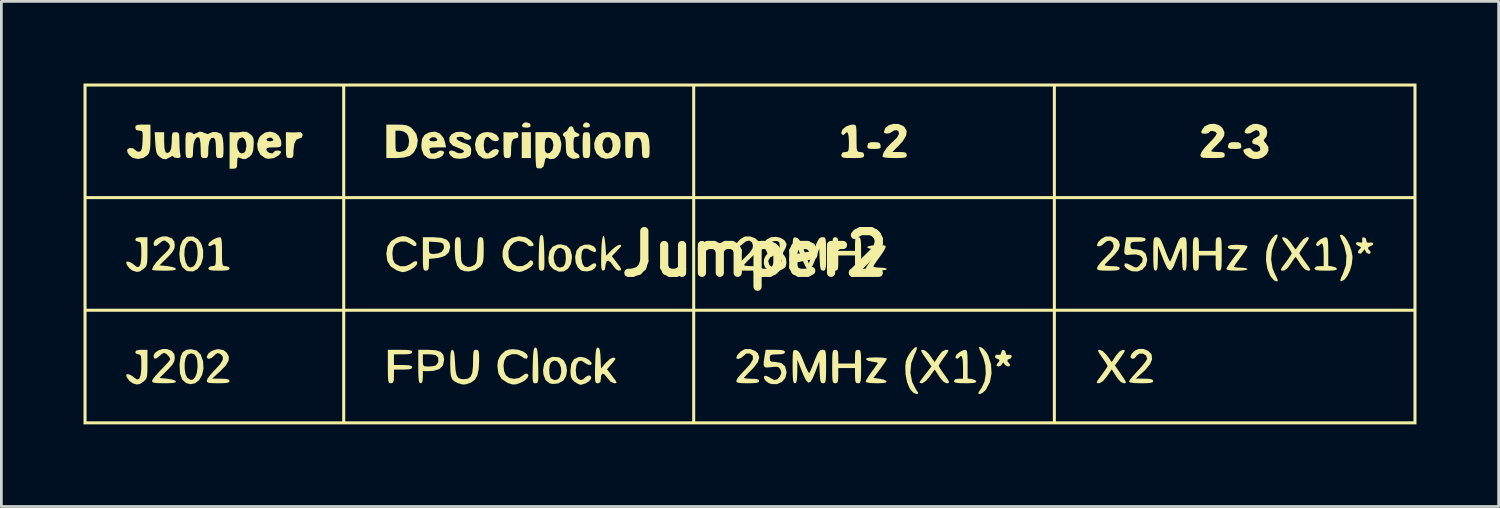
<source format=kicad_pcb>
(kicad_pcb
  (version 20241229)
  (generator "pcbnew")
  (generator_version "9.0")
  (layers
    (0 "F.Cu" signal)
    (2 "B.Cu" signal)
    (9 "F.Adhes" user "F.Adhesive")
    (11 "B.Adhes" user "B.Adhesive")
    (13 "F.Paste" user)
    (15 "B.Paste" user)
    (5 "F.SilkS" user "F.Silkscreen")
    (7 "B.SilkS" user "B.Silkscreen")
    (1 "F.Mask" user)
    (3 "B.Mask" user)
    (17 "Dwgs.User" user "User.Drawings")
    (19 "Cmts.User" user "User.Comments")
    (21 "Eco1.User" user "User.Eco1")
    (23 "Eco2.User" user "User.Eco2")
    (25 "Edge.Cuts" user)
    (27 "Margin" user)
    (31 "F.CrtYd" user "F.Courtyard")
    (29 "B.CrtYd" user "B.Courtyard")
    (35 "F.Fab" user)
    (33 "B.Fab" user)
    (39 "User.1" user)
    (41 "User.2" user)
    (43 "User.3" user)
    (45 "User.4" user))
  (footprint "Jumper2"
    (layer "F.Cu")
    (at 24.511 6.225)
    (property "Reference" "Jumper2" (at 0 0 0) (layer "F.SilkS") (effects (font (size 1.524 1.524) (thickness 0.3))))
    (attr board_only exclude_from_pos_files exclude_from_bom)
    (fp_poly (pts (xy -8.17 -3.502) (xy -8.504 -3.502) (xy -8.504 -4.446) (xy -8.17 -4.446)) (stroke (width 0) (type solid)) (fill yes) (layer "F.SilkS"))
    (fp_poly (pts (xy -8.217 -4.772) (xy -8.181 -4.71) (xy -8.192 -4.641) (xy -8.279 -4.615) (xy -8.337 -4.613) (xy -8.459 -4.627) (xy -8.496 -4.678) (xy -8.493 -4.71) (xy -8.427 -4.791) (xy -8.337 -4.808)) (stroke (width 0) (type solid)) (fill yes) (layer "F.SilkS"))
    (fp_poly (pts (xy -6.043 -4.765) (xy -6.013 -4.71) (xy -6.028 -4.637) (xy -6.126 -4.613) (xy -6.142 -4.613) (xy -6.249 -4.632) (xy -6.272 -4.7) (xy -6.27 -4.71) (xy -6.207 -4.79) (xy -6.142 -4.808)) (stroke (width 0) (type solid)) (fill yes) (layer "F.SilkS"))
    (fp_poly (pts (xy 4.51 -4.075) (xy 4.58 -4.034) (xy 4.603 -3.96) (xy 4.603 -3.884) (xy 4.558 -3.847) (xy 4.439 -3.836) (xy 4.363 -3.835) (xy 4.207 -3.84) (xy 4.134 -3.865) (xy 4.119 -3.923) (xy 4.123 -3.96) (xy 4.152 -4.042) (xy 4.23 -4.078) (xy 4.363 -4.085)) (stroke (width 0) (type solid)) (fill yes) (layer "F.SilkS"))
    (fp_poly (pts (xy 17.683 -4.075) (xy 17.752 -4.034) (xy 17.776 -3.96) (xy 17.776 -3.884) (xy 17.73 -3.847) (xy 17.611 -3.836) (xy 17.535 -3.835) (xy 17.379 -3.84) (xy 17.307 -3.865) (xy 17.291 -3.923) (xy 17.295 -3.96) (xy 17.324 -4.042) (xy 17.402 -4.078) (xy 17.535 -4.085)) (stroke (width 0) (type solid)) (fill yes) (layer "F.SilkS"))
    (fp_poly (pts (xy -6.074 -4.442) (xy -6.033 -4.414) (xy -6.012 -4.341) (xy -6.004 -4.201) (xy -6.003 -3.974) (xy -6.004 -3.745) (xy -6.012 -3.606) (xy -6.034 -3.533) (xy -6.075 -3.506) (xy -6.142 -3.502) (xy -6.209 -3.506) (xy -6.25 -3.534) (xy -6.271 -3.607) (xy -6.279 -3.747) (xy -6.281 -3.974) (xy -6.279 -4.203) (xy -6.271 -4.342) (xy -6.25 -4.415) (xy -6.208 -4.442) (xy -6.142 -4.446)) (stroke (width 0) (type solid)) (fill yes) (layer "F.SilkS"))
    (fp_poly (pts (xy -8.654 -4.425) (xy -8.626 -4.349) (xy -8.636 -4.251) (xy -8.716 -4.224) (xy -8.808 -4.198) (xy -8.863 -4.109) (xy -8.889 -3.94) (xy -8.893 -3.775) (xy -8.897 -3.612) (xy -8.921 -3.531) (xy -8.979 -3.504) (xy -9.032 -3.502) (xy -9.099 -3.506) (xy -9.14 -3.533) (xy -9.161 -3.606) (xy -9.169 -3.746) (xy -9.171 -3.976) (xy -9.171 -4.45) (xy -8.99 -4.44) (xy -8.838 -4.44) (xy -8.727 -4.453)) (stroke (width 0) (type solid)) (fill yes) (layer "F.SilkS"))
    (fp_poly (pts (xy -7.967 3.436) (xy -7.941 3.502) (xy -7.923 3.633) (xy -7.911 3.845) (xy -7.904 4.071) (xy -7.899 4.349) (xy -7.899 4.534) (xy -7.909 4.646) (xy -7.931 4.702) (xy -7.967 4.722) (xy -8.004 4.724) (xy -8.052 4.719) (xy -8.084 4.69) (xy -8.102 4.619) (xy -8.109 4.488) (xy -8.107 4.277) (xy -8.103 4.071) (xy -8.093 3.786) (xy -8.08 3.595) (xy -8.061 3.481) (xy -8.033 3.428) (xy -8.004 3.418)) (stroke (width 0) (type solid)) (fill yes) (layer "F.SilkS"))
    (fp_poly (pts (xy -7.744 -0.677) (xy -7.718 -0.611) (xy -7.701 -0.48) (xy -7.689 -0.268) (xy -7.682 -0.042) (xy -7.676 0.236) (xy -7.677 0.421) (xy -7.687 0.533) (xy -7.709 0.589) (xy -7.745 0.609) (xy -7.781 0.611) (xy -7.83 0.606) (xy -7.862 0.577) (xy -7.88 0.506) (xy -7.886 0.375) (xy -7.885 0.164) (xy -7.88 -0.042) (xy -7.871 -0.327) (xy -7.858 -0.518) (xy -7.839 -0.632) (xy -7.81 -0.685) (xy -7.781 -0.695)) (stroke (width 0) (type solid)) (fill yes) (layer "F.SilkS"))
    (fp_poly (pts (xy -16.938 -4.44) (xy -16.796 -4.438) (xy -16.703 -4.445) (xy -16.702 -4.445) (xy -16.569 -4.447) (xy -16.51 -4.369) (xy -16.507 -4.335) (xy -16.547 -4.242) (xy -16.616 -4.224) (xy -16.737 -4.174) (xy -16.812 -4.024) (xy -16.841 -3.78) (xy -16.841 -3.755) (xy -16.846 -3.6) (xy -16.874 -3.525) (xy -16.939 -3.503) (xy -16.98 -3.502) (xy -17.047 -3.506) (xy -17.088 -3.533) (xy -17.109 -3.606) (xy -17.117 -3.746) (xy -17.119 -3.976) (xy -17.119 -4.45)) (stroke (width 0) (type solid)) (fill yes) (layer "F.SilkS"))
    (fp_poly (pts (xy 21.548 -0.627) (xy 21.644 -0.49) (xy 21.732 -0.313) (xy 21.8 -0.119) (xy 21.837 0.071) (xy 21.84 0.139) (xy 21.813 0.378) (xy 21.746 0.609) (xy 21.65 0.807) (xy 21.538 0.946) (xy 21.423 1) (xy 21.419 1) (xy 21.391 0.966) (xy 21.426 0.856) (xy 21.483 0.742) (xy 21.601 0.408) (xy 21.619 0.052) (xy 21.538 -0.297) (xy 21.49 -0.406) (xy 21.421 -0.556) (xy 21.384 -0.661) (xy 21.384 -0.69) (xy 21.457 -0.701)) (stroke (width 0) (type solid)) (fill yes) (layer "F.SilkS"))
    (fp_poly (pts (xy 5.924 3.405) (xy 5.925 3.474) (xy 5.879 3.6) (xy 5.848 3.658) (xy 5.722 3.987) (xy 5.691 4.334) (xy 5.755 4.673) (xy 5.901 4.96) (xy 5.971 5.064) (xy 5.977 5.105) (xy 5.917 5.113) (xy 5.9 5.113) (xy 5.792 5.064) (xy 5.677 4.931) (xy 5.664 4.91) (xy 5.569 4.683) (xy 5.514 4.397) (xy 5.505 4.098) (xy 5.524 3.932) (xy 5.571 3.798) (xy 5.653 3.652) (xy 5.751 3.518) (xy 5.845 3.425) (xy 5.914 3.399)) (stroke (width 0) (type solid)) (fill yes) (layer "F.SilkS"))
    (fp_poly (pts (xy 8.362 3.473) (xy 8.465 3.592) (xy 8.532 3.706) (xy 8.636 4.03) (xy 8.655 4.367) (xy 8.593 4.686) (xy 8.451 4.957) (xy 8.444 4.967) (xy 8.347 5.06) (xy 8.249 5.113) (xy 8.182 5.112) (xy 8.17 5.083) (xy 8.2 5.023) (xy 8.274 4.913) (xy 8.294 4.886) (xy 8.398 4.664) (xy 8.444 4.384) (xy 8.431 4.082) (xy 8.358 3.795) (xy 8.315 3.699) (xy 8.241 3.545) (xy 8.199 3.436) (xy 8.195 3.402) (xy 8.264 3.402)) (stroke (width 0) (type solid)) (fill yes) (layer "F.SilkS"))
    (fp_poly (pts (xy 19.103 -0.702) (xy 19.099 -0.637) (xy 19.049 -0.512) (xy 19.005 -0.43) (xy 18.896 -0.134) (xy 18.867 0.198) (xy 18.92 0.526) (xy 18.995 0.71) (xy 19.077 0.872) (xy 19.111 0.959) (xy 19.099 0.994) (xy 19.046 1) (xy 19.041 1) (xy 18.965 0.957) (xy 18.87 0.847) (xy 18.833 0.792) (xy 18.728 0.538) (xy 18.679 0.236) (xy 18.69 -0.071) (xy 18.761 -0.338) (xy 18.776 -0.37) (xy 18.885 -0.552) (xy 18.99 -0.672) (xy 19.074 -0.714)) (stroke (width 0) (type solid)) (fill yes) (layer "F.SilkS"))
    (fp_poly (pts (xy -5.886 -0.284) (xy -5.815 -0.21) (xy -5.785 -0.107) (xy -5.835 -0.063) (xy -5.936 -0.1) (xy -6.111 -0.194) (xy -6.236 -0.189) (xy -6.308 -0.087) (xy -6.327 0.112) (xy -6.325 0.156) (xy -6.287 0.358) (xy -6.212 0.47) (xy -6.107 0.485) (xy -6.015 0.428) (xy -5.895 0.348) (xy -5.809 0.345) (xy -5.78 0.41) (xy -5.829 0.52) (xy -5.954 0.601) (xy -6.119 0.639) (xy -6.289 0.623) (xy -6.323 0.611) (xy -6.454 0.501) (xy -6.534 0.323) (xy -6.554 0.109) (xy -6.506 -0.108) (xy -6.495 -0.134) (xy -6.384 -0.264) (xy -6.221 -0.335) (xy -6.042 -0.343)) (stroke (width 0) (type solid)) (fill yes) (layer "F.SilkS"))
    (fp_poly (pts (xy -12.847 -4.718) (xy -12.701 -4.694) (xy -12.59 -4.642) (xy -12.514 -4.584) (xy -12.355 -4.386) (xy -12.3 -4.15) (xy -12.338 -3.919) (xy -12.437 -3.718) (xy -12.585 -3.588) (xy -12.801 -3.52) (xy -13.069 -3.502) (xy -13.45 -3.502) (xy -13.45 -4.113) (xy -13.117 -4.113) (xy -13.115 -3.91) (xy -13.104 -3.793) (xy -13.073 -3.74) (xy -13.014 -3.725) (xy -12.968 -3.724) (xy -12.815 -3.758) (xy -12.718 -3.816) (xy -12.641 -3.951) (xy -12.619 -4.133) (xy -12.654 -4.31) (xy -12.709 -4.4) (xy -12.832 -4.477) (xy -12.959 -4.502) (xy -13.117 -4.502) (xy -13.117 -4.113) (xy -13.45 -4.113) (xy -13.45 -4.724) (xy -13.066 -4.724)) (stroke (width 0) (type solid)) (fill yes) (layer "F.SilkS"))
    (fp_poly (pts (xy -9.578 -4.425) (xy -9.431 -4.352) (xy -9.347 -4.243) (xy -9.337 -4.188) (xy -9.379 -4.127) (xy -9.476 -4.117) (xy -9.584 -4.153) (xy -9.643 -4.205) (xy -9.735 -4.28) (xy -9.817 -4.256) (xy -9.874 -4.144) (xy -9.893 -3.974) (xy -9.871 -3.793) (xy -9.811 -3.687) (xy -9.729 -3.67) (xy -9.643 -3.743) (xy -9.553 -3.81) (xy -9.444 -3.833) (xy -9.359 -3.808) (xy -9.337 -3.76) (xy -9.387 -3.64) (xy -9.513 -3.543) (xy -9.68 -3.485) (xy -9.855 -3.48) (xy -9.932 -3.501) (xy -10.092 -3.621) (xy -10.187 -3.802) (xy -10.213 -4.012) (xy -10.162 -4.217) (xy -10.069 -4.351) (xy -9.929 -4.432) (xy -9.754 -4.454)) (stroke (width 0) (type solid)) (fill yes) (layer "F.SilkS"))
    (fp_poly (pts (xy 7.736 3.519) (xy 7.762 3.585) (xy 7.776 3.718) (xy 7.781 3.937) (xy 7.781 4.026) (xy 7.781 4.55) (xy 7.93 4.568) (xy 8.048 4.604) (xy 8.101 4.655) (xy 8.082 4.692) (xy 7.985 4.714) (xy 7.797 4.724) (xy 7.702 4.724) (xy 7.481 4.72) (xy 7.351 4.704) (xy 7.291 4.674) (xy 7.281 4.641) (xy 7.331 4.575) (xy 7.448 4.558) (xy 7.614 4.558) (xy 7.614 4.141) (xy 7.605 3.897) (xy 7.576 3.756) (xy 7.529 3.722) (xy 7.475 3.779) (xy 7.405 3.833) (xy 7.346 3.803) (xy 7.337 3.758) (xy 7.382 3.672) (xy 7.491 3.581) (xy 7.621 3.516) (xy 7.696 3.502)) (stroke (width 0) (type solid)) (fill yes) (layer "F.SilkS"))
    (fp_poly (pts (xy 20.909 -0.594) (xy 20.935 -0.528) (xy 20.948 -0.395) (xy 20.953 -0.176) (xy 20.954 -0.087) (xy 20.954 0.437) (xy 21.102 0.455) (xy 21.22 0.491) (xy 21.274 0.542) (xy 21.254 0.579) (xy 21.158 0.601) (xy 20.969 0.611) (xy 20.875 0.611) (xy 20.654 0.607) (xy 20.523 0.592) (xy 20.464 0.561) (xy 20.453 0.528) (xy 20.503 0.462) (xy 20.62 0.445) (xy 20.787 0.445) (xy 20.787 0.028) (xy 20.777 -0.216) (xy 20.749 -0.356) (xy 20.702 -0.39) (xy 20.648 -0.333) (xy 20.577 -0.28) (xy 20.519 -0.31) (xy 20.509 -0.355) (xy 20.555 -0.441) (xy 20.663 -0.531) (xy 20.793 -0.597) (xy 20.868 -0.611)) (stroke (width 0) (type solid)) (fill yes) (layer "F.SilkS"))
    (fp_poly (pts (xy -22.176 -0.087) (xy -22.178 0.159) (xy -22.187 0.32) (xy -22.21 0.421) (xy -22.252 0.489) (xy -22.32 0.549) (xy -22.323 0.552) (xy -22.456 0.64) (xy -22.571 0.656) (xy -22.715 0.611) (xy -22.828 0.53) (xy -22.922 0.409) (xy -22.954 0.309) (xy -22.915 0.275) (xy -22.823 0.294) (xy -22.716 0.355) (xy -22.678 0.388) (xy -22.563 0.475) (xy -22.48 0.468) (xy -22.428 0.363) (xy -22.402 0.156) (xy -22.399 -0.006) (xy -22.401 -0.226) (xy -22.412 -0.357) (xy -22.437 -0.422) (xy -22.482 -0.443) (xy -22.51 -0.445) (xy -22.6 -0.479) (xy -22.621 -0.528) (xy -22.584 -0.586) (xy -22.463 -0.61) (xy -22.399 -0.611) (xy -22.176 -0.611)) (stroke (width 0) (type solid)) (fill yes) (layer "F.SilkS"))
    (fp_poly (pts (xy -22.176 4.026) (xy -22.178 4.272) (xy -22.187 4.433) (xy -22.21 4.534) (xy -22.252 4.602) (xy -22.32 4.662) (xy -22.323 4.665) (xy -22.456 4.753) (xy -22.571 4.769) (xy -22.715 4.724) (xy -22.828 4.643) (xy -22.922 4.522) (xy -22.954 4.422) (xy -22.916 4.388) (xy -22.823 4.407) (xy -22.715 4.469) (xy -22.673 4.506) (xy -22.56 4.585) (xy -22.478 4.563) (xy -22.426 4.438) (xy -22.401 4.209) (xy -22.399 4.078) (xy -22.401 3.867) (xy -22.414 3.744) (xy -22.442 3.686) (xy -22.492 3.669) (xy -22.51 3.668) (xy -22.6 3.634) (xy -22.621 3.585) (xy -22.584 3.527) (xy -22.463 3.503) (xy -22.399 3.502) (xy -22.176 3.502)) (stroke (width 0) (type solid)) (fill yes) (layer "F.SilkS"))
    (fp_poly (pts (xy -12.722 3.505) (xy -12.585 3.52) (xy -12.52 3.548) (xy -12.505 3.585) (xy -12.531 3.633) (xy -12.622 3.659) (xy -12.799 3.668) (xy -12.839 3.668) (xy -13.172 3.668) (xy -13.172 4.057) (xy -12.839 4.057) (xy -12.645 4.064) (xy -12.541 4.086) (xy -12.506 4.131) (xy -12.505 4.141) (xy -12.531 4.189) (xy -12.622 4.215) (xy -12.799 4.224) (xy -12.839 4.224) (xy -13.172 4.224) (xy -13.172 4.474) (xy -13.18 4.63) (xy -13.21 4.704) (xy -13.276 4.724) (xy -13.284 4.724) (xy -13.332 4.717) (xy -13.364 4.683) (xy -13.383 4.603) (xy -13.392 4.458) (xy -13.395 4.228) (xy -13.395 4.113) (xy -13.395 3.502) (xy -12.95 3.502)) (stroke (width 0) (type solid)) (fill yes) (layer "F.SilkS"))
    (fp_poly (pts (xy -5.118 -4.406) (xy -4.971 -4.297) (xy -4.97 -4.296) (xy -4.901 -4.128) (xy -4.894 -3.923) (xy -4.945 -3.73) (xy -5.019 -3.623) (xy -5.216 -3.503) (xy -5.435 -3.473) (xy -5.623 -3.529) (xy -5.772 -3.665) (xy -5.849 -3.848) (xy -5.854 -3.978) (xy -5.558 -3.978) (xy -5.528 -3.806) (xy -5.454 -3.7) (xy -5.358 -3.671) (xy -5.261 -3.73) (xy -5.216 -3.803) (xy -5.183 -3.96) (xy -5.204 -4.119) (xy -5.27 -4.235) (xy -5.31 -4.26) (xy -5.426 -4.255) (xy -5.515 -4.163) (xy -5.557 -4.008) (xy -5.558 -3.978) (xy -5.854 -3.978) (xy -5.856 -4.046) (xy -5.797 -4.232) (xy -5.674 -4.375) (xy -5.548 -4.435) (xy -5.324 -4.455)) (stroke (width 0) (type solid)) (fill yes) (layer "F.SilkS"))
    (fp_poly (pts (xy -22.065 -4.23) (xy -22.07 -3.97) (xy -22.088 -3.795) (xy -22.123 -3.68) (xy -22.162 -3.619) (xy -22.32 -3.507) (xy -22.52 -3.467) (xy -22.714 -3.508) (xy -22.726 -3.514) (xy -22.845 -3.613) (xy -22.904 -3.707) (xy -22.918 -3.809) (xy -22.845 -3.862) (xy -22.831 -3.867) (xy -22.703 -3.863) (xy -22.643 -3.809) (xy -22.543 -3.74) (xy -22.472 -3.733) (xy -22.416 -3.762) (xy -22.382 -3.839) (xy -22.362 -3.987) (xy -22.354 -4.127) (xy -22.348 -4.326) (xy -22.355 -4.438) (xy -22.384 -4.488) (xy -22.443 -4.501) (xy -22.48 -4.502) (xy -22.59 -4.527) (xy -22.621 -4.613) (xy -22.606 -4.68) (xy -22.544 -4.713) (xy -22.407 -4.724) (xy -22.343 -4.724) (xy -22.065 -4.724)) (stroke (width 0) (type solid)) (fill yes) (layer "F.SilkS"))
    (fp_poly (pts (xy -7.161 3.774) (xy -7.108 3.79) (xy -6.97 3.891) (xy -6.883 4.059) (xy -6.852 4.259) (xy -6.883 4.457) (xy -6.979 4.618) (xy -6.992 4.631) (xy -7.17 4.729) (xy -7.375 4.751) (xy -7.486 4.725) (xy -7.634 4.609) (xy -7.712 4.41) (xy -7.726 4.24) (xy -7.723 4.226) (xy -7.501 4.226) (xy -7.491 4.397) (xy -7.453 4.525) (xy -7.437 4.546) (xy -7.31 4.609) (xy -7.183 4.58) (xy -7.116 4.506) (xy -7.062 4.336) (xy -7.068 4.169) (xy -7.119 4.025) (xy -7.205 3.926) (xy -7.311 3.893) (xy -7.427 3.948) (xy -7.437 3.957) (xy -7.483 4.063) (xy -7.501 4.226) (xy -7.723 4.226) (xy -7.684 4.001) (xy -7.566 3.837) (xy -7.388 3.758)) (stroke (width 0) (type solid)) (fill yes) (layer "F.SilkS"))
    (fp_poly (pts (xy -6.869 -0.301) (xy -6.735 -0.169) (xy -6.674 0.046) (xy -6.67 0.139) (xy -6.71 0.371) (xy -6.816 0.542) (xy -6.97 0.638) (xy -7.151 0.649) (xy -7.338 0.563) (xy -7.369 0.538) (xy -7.475 0.425) (xy -7.522 0.298) (xy -7.531 0.145) (xy -7.53 0.139) (xy -7.337 0.139) (xy -7.305 0.326) (xy -7.224 0.453) (xy -7.112 0.502) (xy -6.989 0.46) (xy -6.959 0.434) (xy -6.912 0.328) (xy -6.894 0.164) (xy -6.904 -0.006) (xy -6.942 -0.134) (xy -6.959 -0.156) (xy -7.082 -0.223) (xy -7.198 -0.195) (xy -7.289 -0.086) (xy -7.334 0.088) (xy -7.337 0.139) (xy -7.53 0.139) (xy -7.493 -0.099) (xy -7.38 -0.262) (xy -7.196 -0.342) (xy -7.076 -0.35)) (stroke (width 0) (type solid)) (fill yes) (layer "F.SilkS"))
    (fp_poly (pts (xy -21.565 -4.088) (xy -21.553 -3.851) (xy -21.514 -3.717) (xy -21.447 -3.683) (xy -21.368 -3.726) (xy -21.312 -3.839) (xy -21.288 -4.057) (xy -21.287 -4.12) (xy -21.284 -4.302) (xy -21.267 -4.4) (xy -21.226 -4.439) (xy -21.148 -4.446) (xy -21.072 -4.44) (xy -21.031 -4.402) (xy -21.013 -4.309) (xy -21.009 -4.134) (xy -21.008 -4.099) (xy -21.003 -3.893) (xy -20.989 -3.715) (xy -20.974 -3.627) (xy -20.966 -3.535) (xy -21.031 -3.504) (xy -21.086 -3.502) (xy -21.194 -3.521) (xy -21.232 -3.56) (xy -21.269 -3.577) (xy -21.355 -3.532) (xy -21.495 -3.458) (xy -21.613 -3.468) (xy -21.737 -3.55) (xy -21.808 -3.626) (xy -21.852 -3.729) (xy -21.877 -3.891) (xy -21.889 -4.051) (xy -21.911 -4.446) (xy -21.565 -4.446)) (stroke (width 0) (type solid)) (fill yes) (layer "F.SilkS"))
    (fp_poly (pts (xy 4.635 3.785) (xy 4.775 3.801) (xy 4.835 3.823) (xy 4.835 3.825) (xy 4.804 3.889) (xy 4.722 4.015) (xy 4.605 4.178) (xy 4.589 4.2) (xy 4.342 4.53) (xy 4.57 4.558) (xy 4.718 4.59) (xy 4.811 4.638) (xy 4.822 4.655) (xy 4.802 4.693) (xy 4.703 4.716) (xy 4.51 4.724) (xy 4.451 4.724) (xy 4.213 4.715) (xy 4.083 4.689) (xy 4.057 4.66) (xy 4.089 4.585) (xy 4.171 4.453) (xy 4.28 4.301) (xy 4.392 4.148) (xy 4.472 4.032) (xy 4.502 3.98) (xy 4.453 3.958) (xy 4.332 3.939) (xy 4.298 3.936) (xy 4.158 3.907) (xy 4.076 3.859) (xy 4.071 3.849) (xy 4.09 3.81) (xy 4.19 3.788) (xy 4.383 3.78) (xy 4.442 3.779)) (stroke (width 0) (type solid)) (fill yes) (layer "F.SilkS"))
    (fp_poly (pts (xy 9.156 3.547) (xy 9.171 3.607) (xy 9.198 3.685) (xy 9.282 3.684) (xy 9.373 3.688) (xy 9.393 3.745) (xy 9.351 3.823) (xy 9.31 3.835) (xy 9.235 3.869) (xy 9.243 3.939) (xy 9.282 3.974) (xy 9.335 4.045) (xy 9.303 4.103) (xy 9.257 4.113) (xy 9.164 4.07) (xy 9.126 4.023) (xy 9.082 3.962) (xy 9.05 4.002) (xy 9.042 4.023) (xy 8.982 4.09) (xy 8.899 4.113) (xy 8.842 4.084) (xy 8.837 4.061) (xy 8.878 3.985) (xy 8.893 3.974) (xy 8.946 3.903) (xy 8.912 3.845) (xy 8.865 3.835) (xy 8.793 3.79) (xy 8.782 3.745) (xy 8.816 3.68) (xy 8.893 3.684) (xy 8.982 3.682) (xy 9.004 3.607) (xy 9.04 3.52) (xy 9.087 3.502)) (stroke (width 0) (type solid)) (fill yes) (layer "F.SilkS"))
    (fp_poly (pts (xy 22.328 -0.565) (xy 22.343 -0.496) (xy 22.366 -0.413) (xy 22.45 -0.415) (xy 22.553 -0.417) (xy 22.594 -0.388) (xy 22.581 -0.327) (xy 22.515 -0.295) (xy 22.414 -0.243) (xy 22.413 -0.175) (xy 22.454 -0.139) (xy 22.508 -0.068) (xy 22.477 -0.01) (xy 22.432 0) (xy 22.35 -0.045) (xy 22.318 -0.097) (xy 22.283 -0.165) (xy 22.247 -0.134) (xy 22.225 -0.097) (xy 22.144 -0.01) (xy 22.064 -0.021) (xy 22.041 -0.049) (xy 22.053 -0.119) (xy 22.098 -0.171) (xy 22.153 -0.231) (xy 22.112 -0.27) (xy 22.07 -0.287) (xy 21.972 -0.349) (xy 21.96 -0.408) (xy 22.031 -0.432) (xy 22.088 -0.423) (xy 22.183 -0.412) (xy 22.201 -0.462) (xy 22.192 -0.5) (xy 22.196 -0.591) (xy 22.253 -0.611)) (stroke (width 0) (type solid)) (fill yes) (layer "F.SilkS"))
    (fp_poly (pts (xy -20.336 -0.544) (xy -20.211 -0.376) (xy -20.142 -0.151) (xy -20.142 0.117) (xy -20.144 0.134) (xy -20.218 0.381) (xy -20.344 0.553) (xy -20.51 0.64) (xy -20.699 0.63) (xy -20.767 0.603) (xy -20.907 0.475) (xy -20.987 0.258) (xy -21.005 0.047) (xy -20.827 0.047) (xy -20.825 0.068) (xy -20.783 0.296) (xy -20.708 0.442) (xy -20.61 0.498) (xy -20.499 0.456) (xy -20.429 0.377) (xy -20.369 0.229) (xy -20.343 0.031) (xy -20.35 -0.174) (xy -20.389 -0.343) (xy -20.432 -0.416) (xy -20.556 -0.487) (xy -20.669 -0.462) (xy -20.76 -0.355) (xy -20.816 -0.18) (xy -20.827 0.047) (xy -21.005 0.047) (xy -21.009 -0.005) (xy -20.979 -0.284) (xy -20.892 -0.492) (xy -20.757 -0.615) (xy -20.703 -0.634) (xy -20.504 -0.635)) (stroke (width 0) (type solid)) (fill yes) (layer "F.SilkS"))
    (fp_poly (pts (xy -5.482 -0.586) (xy -5.456 -0.406) (xy -5.447 -0.303) (xy -5.419 0.063) (xy -5.227 -0.135) (xy -5.093 -0.252) (xy -4.97 -0.323) (xy -4.924 -0.333) (xy -4.87 -0.323) (xy -4.877 -0.28) (xy -4.955 -0.186) (xy -5.014 -0.125) (xy -5.214 0.083) (xy -5.02 0.333) (xy -4.914 0.476) (xy -4.874 0.556) (xy -4.892 0.593) (xy -4.924 0.604) (xy -4.987 0.604) (xy -5.051 0.566) (xy -5.136 0.471) (xy -5.252 0.314) (xy -5.338 0.244) (xy -5.407 0.274) (xy -5.444 0.394) (xy -5.447 0.448) (xy -5.472 0.578) (xy -5.532 0.611) (xy -5.569 0.597) (xy -5.592 0.541) (xy -5.604 0.425) (xy -5.606 0.233) (xy -5.601 -0.028) (xy -5.588 -0.318) (xy -5.567 -0.524) (xy -5.54 -0.64) (xy -5.511 -0.663)) (stroke (width 0) (type solid)) (fill yes) (layer "F.SilkS"))
    (fp_poly (pts (xy -4 -4.429) (xy -3.905 -4.342) (xy -3.853 -4.175) (xy -3.835 -3.916) (xy -3.835 -3.88) (xy -3.837 -3.68) (xy -3.85 -3.567) (xy -3.882 -3.516) (xy -3.942 -3.502) (xy -3.974 -3.502) (xy -4.052 -3.509) (xy -4.093 -3.549) (xy -4.11 -3.648) (xy -4.113 -3.824) (xy -4.129 -4.066) (xy -4.179 -4.205) (xy -4.265 -4.246) (xy -4.344 -4.22) (xy -4.404 -4.164) (xy -4.436 -4.06) (xy -4.446 -3.88) (xy -4.446 -3.833) (xy -4.449 -3.649) (xy -4.466 -3.55) (xy -4.506 -3.509) (xy -4.582 -3.502) (xy -4.585 -3.502) (xy -4.653 -3.506) (xy -4.694 -3.533) (xy -4.715 -3.606) (xy -4.723 -3.746) (xy -4.724 -3.975) (xy -4.724 -4.449) (xy -4.516 -4.448) (xy -4.325 -4.449) (xy -4.15 -4.452) (xy -4.144 -4.452)) (stroke (width 0) (type solid)) (fill yes) (layer "F.SilkS"))
    (fp_poly (pts (xy 17.852 -0.325) (xy 17.977 -0.301) (xy 18.008 -0.274) (xy 17.976 -0.203) (xy 17.892 -0.073) (xy 17.773 0.091) (xy 17.758 0.111) (xy 17.637 0.273) (xy 17.548 0.399) (xy 17.508 0.465) (xy 17.508 0.468) (xy 17.557 0.487) (xy 17.683 0.499) (xy 17.758 0.5) (xy 17.907 0.511) (xy 17.996 0.539) (xy 18.008 0.556) (xy 17.956 0.584) (xy 17.819 0.604) (xy 17.619 0.611) (xy 17.619 0.611) (xy 17.401 0.603) (xy 17.267 0.58) (xy 17.23 0.552) (xy 17.262 0.481) (xy 17.346 0.351) (xy 17.465 0.186) (xy 17.483 0.163) (xy 17.736 -0.167) (xy 17.511 -0.167) (xy 17.355 -0.18) (xy 17.29 -0.225) (xy 17.285 -0.25) (xy 17.309 -0.297) (xy 17.396 -0.323) (xy 17.565 -0.333) (xy 17.647 -0.333)) (stroke (width 0) (type solid)) (fill yes) (layer "F.SilkS"))
    (fp_poly (pts (xy -20.381 3.527) (xy -20.235 3.669) (xy -20.147 3.904) (xy -20.143 3.922) (xy -20.128 4.19) (xy -20.18 4.424) (xy -20.286 4.607) (xy -20.434 4.724) (xy -20.611 4.759) (xy -20.769 4.715) (xy -20.908 4.585) (xy -20.986 4.366) (xy -21.002 4.06) (xy -20.998 4) (xy -20.998 3.996) (xy -20.816 3.996) (xy -20.816 4.201) (xy -20.786 4.387) (xy -20.727 4.515) (xy -20.706 4.535) (xy -20.59 4.603) (xy -20.509 4.585) (xy -20.429 4.49) (xy -20.37 4.337) (xy -20.344 4.124) (xy -20.356 3.898) (xy -20.377 3.795) (xy -20.454 3.674) (xy -20.577 3.63) (xy -20.704 3.675) (xy -20.723 3.691) (xy -20.785 3.813) (xy -20.816 3.996) (xy -20.998 3.996) (xy -20.961 3.747) (xy -20.885 3.585) (xy -20.758 3.502) (xy -20.586 3.479)) (stroke (width 0) (type solid)) (fill yes) (layer "F.SilkS"))
    (fp_poly (pts (xy -11.44 -0.589) (xy -11.248 -0.521) (xy -11.143 -0.4) (xy -11.116 -0.256) (xy -11.164 -0.065) (xy -11.306 0.07) (xy -11.537 0.144) (xy -11.606 0.153) (xy -11.894 0.181) (xy -11.894 0.396) (xy -11.904 0.539) (xy -11.944 0.6) (xy -12.005 0.611) (xy -12.054 0.604) (xy -12.086 0.57) (xy -12.105 0.49) (xy -12.114 0.345) (xy -12.116 0.115) (xy -12.116 0) (xy -12.116 -0.451) (xy -11.894 -0.451) (xy -11.894 -0.225) (xy -11.888 -0.082) (xy -11.853 -0.017) (xy -11.763 -0.001) (xy -11.71 0) (xy -11.55 -0.022) (xy -11.427 -0.073) (xy -11.351 -0.191) (xy -11.347 -0.281) (xy -11.372 -0.365) (xy -11.439 -0.409) (xy -11.577 -0.43) (xy -11.63 -0.434) (xy -11.894 -0.451) (xy -12.116 -0.451) (xy -12.116 -0.611) (xy -11.727 -0.611)) (stroke (width 0) (type solid)) (fill yes) (layer "F.SilkS"))
    (fp_poly (pts (xy -6.193 3.791) (xy -6.056 3.866) (xy -5.964 3.959) (xy -5.947 4.01) (xy -5.988 4.054) (xy -6.08 4.046) (xy -6.183 3.994) (xy -6.205 3.974) (xy -6.328 3.898) (xy -6.431 3.923) (xy -6.502 4.04) (xy -6.531 4.239) (xy -6.531 4.252) (xy -6.51 4.451) (xy -6.45 4.557) (xy -6.447 4.559) (xy -6.345 4.606) (xy -6.263 4.581) (xy -6.184 4.505) (xy -6.083 4.44) (xy -5.999 4.448) (xy -5.965 4.518) (xy -5.976 4.568) (xy -6.054 4.656) (xy -6.19 4.736) (xy -6.333 4.778) (xy -6.359 4.78) (xy -6.451 4.748) (xy -6.572 4.67) (xy -6.579 4.665) (xy -6.668 4.577) (xy -6.711 4.471) (xy -6.725 4.305) (xy -6.725 4.256) (xy -6.694 4.007) (xy -6.599 3.846) (xy -6.436 3.769) (xy -6.336 3.761)) (stroke (width 0) (type solid)) (fill yes) (layer "F.SilkS"))
    (fp_poly (pts (xy -11.637 3.519) (xy -11.465 3.576) (xy -11.37 3.683) (xy -11.339 3.848) (xy -11.339 3.867) (xy -11.381 4.068) (xy -11.508 4.201) (xy -11.722 4.269) (xy -11.89 4.28) (xy -12.116 4.28) (xy -12.116 4.502) (xy -12.13 4.657) (xy -12.176 4.72) (xy -12.2 4.724) (xy -12.237 4.707) (xy -12.262 4.643) (xy -12.276 4.514) (xy -12.282 4.304) (xy -12.283 4.113) (xy -12.283 3.891) (xy -12.116 3.891) (xy -12.111 4.033) (xy -12.074 4.096) (xy -11.976 4.112) (xy -11.908 4.112) (xy -11.755 4.101) (xy -11.648 4.076) (xy -11.638 4.07) (xy -11.554 3.955) (xy -11.554 3.806) (xy -11.57 3.766) (xy -11.645 3.698) (xy -11.794 3.67) (xy -11.868 3.668) (xy -12.116 3.668) (xy -12.116 3.891) (xy -12.283 3.891) (xy -12.283 3.502) (xy -11.903 3.502)) (stroke (width 0) (type solid)) (fill yes) (layer "F.SilkS"))
    (fp_poly (pts (xy -8.626 3.501) (xy -8.447 3.566) (xy -8.322 3.659) (xy -8.281 3.753) (xy -8.316 3.825) (xy -8.405 3.817) (xy -8.514 3.742) (xy -8.674 3.664) (xy -8.865 3.661) (xy -9.037 3.733) (xy -9.059 3.751) (xy -9.14 3.889) (xy -9.171 4.082) (xy -9.149 4.283) (xy -9.084 4.434) (xy -8.958 4.529) (xy -8.783 4.561) (xy -8.605 4.532) (xy -8.479 4.45) (xy -8.38 4.379) (xy -8.305 4.372) (xy -8.258 4.431) (xy -8.292 4.521) (xy -8.391 4.62) (xy -8.534 4.701) (xy -8.704 4.762) (xy -8.835 4.769) (xy -8.985 4.723) (xy -9.038 4.7) (xy -9.24 4.566) (xy -9.356 4.37) (xy -9.393 4.102) (xy -9.393 4.101) (xy -9.376 3.904) (xy -9.311 3.755) (xy -9.236 3.661) (xy -9.107 3.542) (xy -8.968 3.49) (xy -8.83 3.479)) (stroke (width 0) (type solid)) (fill yes) (layer "F.SilkS"))
    (fp_poly (pts (xy -6.623 -4.613) (xy -6.614 -4.564) (xy -6.567 -4.466) (xy -6.503 -4.43) (xy -6.413 -4.381) (xy -6.392 -4.34) (xy -6.438 -4.291) (xy -6.503 -4.28) (xy -6.569 -4.265) (xy -6.602 -4.204) (xy -6.613 -4.069) (xy -6.614 -3.997) (xy -6.607 -3.823) (xy -6.578 -3.73) (xy -6.517 -3.688) (xy -6.503 -3.684) (xy -6.424 -3.634) (xy -6.39 -3.561) (xy -6.413 -3.508) (xy -6.443 -3.502) (xy -6.538 -3.483) (xy -6.568 -3.473) (xy -6.665 -3.481) (xy -6.767 -3.532) (xy -6.839 -3.6) (xy -6.877 -3.697) (xy -6.891 -3.857) (xy -6.892 -3.949) (xy -6.9 -4.126) (xy -6.923 -4.245) (xy -6.947 -4.28) (xy -6.997 -4.325) (xy -7.003 -4.363) (xy -6.962 -4.437) (xy -6.926 -4.446) (xy -6.852 -4.493) (xy -6.82 -4.558) (xy -6.763 -4.646) (xy -6.682 -4.665)) (stroke (width 0) (type solid)) (fill yes) (layer "F.SilkS"))
    (fp_poly (pts (xy 4.738 -0.312) (xy 4.789 -0.291) (xy 4.781 -0.227) (xy 4.715 -0.1) (xy 4.603 0.066) (xy 4.587 0.087) (xy 4.467 0.252) (xy 4.378 0.383) (xy 4.337 0.455) (xy 4.337 0.459) (xy 4.385 0.483) (xy 4.511 0.498) (xy 4.585 0.5) (xy 4.734 0.511) (xy 4.824 0.539) (xy 4.835 0.556) (xy 4.784 0.584) (xy 4.646 0.604) (xy 4.447 0.611) (xy 4.446 0.611) (xy 4.211 0.602) (xy 4.082 0.575) (xy 4.057 0.547) (xy 4.089 0.472) (xy 4.171 0.34) (xy 4.28 0.188) (xy 4.392 0.035) (xy 4.472 -0.081) (xy 4.502 -0.133) (xy 4.453 -0.155) (xy 4.333 -0.175) (xy 4.306 -0.177) (xy 4.177 -0.203) (xy 4.113 -0.242) (xy 4.111 -0.25) (xy 4.161 -0.283) (xy 4.285 -0.308) (xy 4.447 -0.323) (xy 4.61 -0.325)) (stroke (width 0) (type solid)) (fill yes) (layer "F.SilkS"))
    (fp_poly (pts (xy 5.253 -4.746) (xy 5.421 -4.677) (xy 5.475 -4.632) (xy 5.556 -4.489) (xy 5.535 -4.318) (xy 5.41 -4.116) (xy 5.296 -3.99) (xy 5.034 -3.724) (xy 5.296 -3.724) (xy 5.457 -3.717) (xy 5.535 -3.69) (xy 5.558 -3.629) (xy 5.558 -3.613) (xy 5.549 -3.557) (xy 5.506 -3.524) (xy 5.407 -3.508) (xy 5.231 -3.502) (xy 5.113 -3.502) (xy 4.879 -3.508) (xy 4.726 -3.528) (xy 4.669 -3.558) (xy 4.669 -3.56) (xy 4.712 -3.704) (xy 4.829 -3.879) (xy 4.997 -4.055) (xy 5.052 -4.102) (xy 5.205 -4.252) (xy 5.274 -4.384) (xy 5.255 -4.483) (xy 5.198 -4.521) (xy 5.096 -4.512) (xy 5.036 -4.472) (xy 4.933 -4.41) (xy 4.82 -4.393) (xy 4.74 -4.422) (xy 4.725 -4.46) (xy 4.775 -4.601) (xy 4.9 -4.701) (xy 5.069 -4.751)) (stroke (width 0) (type solid)) (fill yes) (layer "F.SilkS"))
    (fp_poly (pts (xy -21.464 -0.64) (xy -21.462 -0.639) (xy -21.285 -0.569) (xy -21.197 -0.458) (xy -21.176 -0.311) (xy -21.196 -0.191) (xy -21.266 -0.067) (xy -21.405 0.089) (xy -21.457 0.141) (xy -21.737 0.417) (xy -21.447 0.445) (xy -21.278 0.473) (xy -21.163 0.514) (xy -21.134 0.542) (xy -21.153 0.578) (xy -21.247 0.6) (xy -21.431 0.61) (xy -21.56 0.611) (xy -21.768 0.608) (xy -21.925 0.598) (xy -22.005 0.585) (xy -22.01 0.58) (xy -21.967 0.462) (xy -21.848 0.297) (xy -21.665 0.101) (xy -21.613 0.052) (xy -21.452 -0.107) (xy -21.369 -0.218) (xy -21.355 -0.303) (xy -21.402 -0.384) (xy -21.43 -0.413) (xy -21.533 -0.489) (xy -21.628 -0.476) (xy -21.732 -0.389) (xy -21.853 -0.294) (xy -21.929 -0.296) (xy -21.954 -0.388) (xy -21.905 -0.496) (xy -21.782 -0.586) (xy -21.622 -0.641)) (stroke (width 0) (type solid)) (fill yes) (layer "F.SilkS"))
    (fp_poly (pts (xy -8.359 -0.608) (xy -8.18 -0.497) (xy -8.079 -0.378) (xy -8.075 -0.304) (xy -8.169 -0.278) (xy -8.17 -0.278) (xy -8.261 -0.298) (xy -8.281 -0.327) (xy -8.327 -0.38) (xy -8.438 -0.44) (xy -8.444 -0.443) (xy -8.635 -0.473) (xy -8.8 -0.413) (xy -8.924 -0.282) (xy -8.991 -0.102) (xy -8.985 0.108) (xy -8.952 0.214) (xy -8.836 0.369) (xy -8.669 0.447) (xy -8.484 0.446) (xy -8.314 0.36) (xy -8.248 0.29) (xy -8.178 0.228) (xy -8.11 0.262) (xy -8.081 0.352) (xy -8.149 0.456) (xy -8.303 0.558) (xy -8.377 0.592) (xy -8.503 0.642) (xy -8.594 0.657) (xy -8.701 0.639) (xy -8.823 0.605) (xy -9.013 0.499) (xy -9.139 0.328) (xy -9.203 0.116) (xy -9.202 -0.11) (xy -9.136 -0.323) (xy -9.004 -0.498) (xy -8.858 -0.59) (xy -8.601 -0.647)) (stroke (width 0) (type solid)) (fill yes) (layer "F.SilkS"))
    (fp_poly (pts (xy -5.677 3.445) (xy -5.647 3.537) (xy -5.629 3.714) (xy -5.625 3.799) (xy -5.608 4.181) (xy -5.429 3.974) (xy -5.277 3.83) (xy -5.156 3.785) (xy -5.143 3.787) (xy -5.087 3.808) (xy -5.09 3.853) (xy -5.159 3.945) (xy -5.213 4.009) (xy -5.39 4.21) (xy -5.194 4.467) (xy -5.086 4.611) (xy -5.042 4.687) (xy -5.055 4.718) (xy -5.12 4.724) (xy -5.125 4.724) (xy -5.26 4.668) (xy -5.379 4.527) (xy -5.485 4.398) (xy -5.562 4.374) (xy -5.605 4.454) (xy -5.614 4.561) (xy -5.632 4.681) (xy -5.699 4.723) (xy -5.726 4.724) (xy -5.774 4.719) (xy -5.806 4.689) (xy -5.823 4.616) (xy -5.83 4.483) (xy -5.828 4.269) (xy -5.824 4.071) (xy -5.815 3.786) (xy -5.802 3.595) (xy -5.782 3.481) (xy -5.754 3.428) (xy -5.725 3.418)) (stroke (width 0) (type solid)) (fill yes) (layer "F.SilkS"))
    (fp_poly (pts (xy -19.5 -0.596) (xy -19.473 -0.536) (xy -19.459 -0.412) (xy -19.453 -0.205) (xy -19.453 -0.083) (xy -19.452 0.161) (xy -19.445 0.316) (xy -19.428 0.4) (xy -19.394 0.436) (xy -19.338 0.445) (xy -19.314 0.445) (xy -19.202 0.474) (xy -19.175 0.528) (xy -19.198 0.573) (xy -19.28 0.599) (xy -19.442 0.61) (xy -19.564 0.611) (xy -19.775 0.606) (xy -19.896 0.589) (xy -19.948 0.554) (xy -19.953 0.528) (xy -19.905 0.461) (xy -19.814 0.445) (xy -19.744 0.439) (xy -19.702 0.408) (xy -19.682 0.328) (xy -19.676 0.175) (xy -19.675 0.026) (xy -19.677 -0.185) (xy -19.686 -0.305) (xy -19.709 -0.354) (xy -19.751 -0.351) (xy -19.783 -0.335) (xy -19.897 -0.284) (xy -19.946 -0.299) (xy -19.953 -0.349) (xy -19.907 -0.425) (xy -19.797 -0.511) (xy -19.662 -0.582) (xy -19.542 -0.611) (xy -19.542 -0.611)) (stroke (width 0) (type solid)) (fill yes) (layer "F.SilkS"))
    (fp_poly (pts (xy 14.371 3.537) (xy 14.487 3.652) (xy 14.501 3.681) (xy 14.519 3.848) (xy 14.446 4.027) (xy 14.277 4.23) (xy 14.183 4.319) (xy 13.923 4.553) (xy 14.242 4.555) (xy 14.432 4.564) (xy 14.531 4.589) (xy 14.562 4.637) (xy 14.562 4.641) (xy 14.541 4.684) (xy 14.465 4.709) (xy 14.314 4.722) (xy 14.117 4.724) (xy 13.874 4.717) (xy 13.722 4.696) (xy 13.673 4.664) (xy 13.709 4.599) (xy 13.806 4.477) (xy 13.945 4.321) (xy 14.006 4.256) (xy 14.157 4.089) (xy 14.273 3.944) (xy 14.334 3.844) (xy 14.34 3.823) (xy 14.296 3.707) (xy 14.191 3.644) (xy 14.065 3.64) (xy 13.96 3.702) (xy 13.93 3.754) (xy 13.866 3.821) (xy 13.783 3.829) (xy 13.731 3.776) (xy 13.728 3.756) (xy 13.776 3.637) (xy 13.896 3.528) (xy 14.026 3.471) (xy 14.202 3.47)) (stroke (width 0) (type solid)) (fill yes) (layer "F.SilkS"))
    (fp_poly (pts (xy -21.464 3.473) (xy -21.462 3.474) (xy -21.285 3.544) (xy -21.197 3.655) (xy -21.176 3.802) (xy -21.196 3.922) (xy -21.266 4.046) (xy -21.405 4.202) (xy -21.457 4.254) (xy -21.737 4.53) (xy -21.447 4.558) (xy -21.278 4.586) (xy -21.163 4.627) (xy -21.134 4.655) (xy -21.153 4.691) (xy -21.247 4.713) (xy -21.431 4.723) (xy -21.56 4.724) (xy -21.79 4.72) (xy -21.928 4.707) (xy -21.994 4.679) (xy -22.01 4.641) (xy -21.972 4.565) (xy -21.872 4.438) (xy -21.729 4.281) (xy -21.676 4.228) (xy -21.524 4.072) (xy -21.408 3.941) (xy -21.347 3.858) (xy -21.343 3.844) (xy -21.383 3.757) (xy -21.47 3.664) (xy -21.559 3.614) (xy -21.569 3.613) (xy -21.643 3.648) (xy -21.732 3.724) (xy -21.853 3.819) (xy -21.929 3.817) (xy -21.954 3.725) (xy -21.905 3.617) (xy -21.782 3.527) (xy -21.622 3.472)) (stroke (width 0) (type solid)) (fill yes) (layer "F.SilkS"))
    (fp_poly (pts (xy -19.397 3.513) (xy -19.276 3.612) (xy -19.201 3.756) (xy -19.214 3.908) (xy -19.319 4.081) (xy -19.52 4.288) (xy -19.524 4.292) (xy -19.814 4.554) (xy -19.495 4.556) (xy -19.305 4.564) (xy -19.206 4.589) (xy -19.175 4.637) (xy -19.175 4.641) (xy -19.197 4.685) (xy -19.276 4.711) (xy -19.432 4.722) (xy -19.592 4.724) (xy -19.807 4.721) (xy -19.933 4.708) (xy -19.993 4.68) (xy -20.009 4.631) (xy -20.009 4.625) (xy -19.971 4.541) (xy -19.871 4.407) (xy -19.73 4.251) (xy -19.701 4.222) (xy -19.518 4.023) (xy -19.427 3.871) (xy -19.422 3.754) (xy -19.502 3.662) (xy -19.526 3.646) (xy -19.615 3.619) (xy -19.698 3.673) (xy -19.729 3.71) (xy -19.835 3.801) (xy -19.936 3.833) (xy -20 3.8) (xy -20.009 3.76) (xy -19.959 3.644) (xy -19.832 3.545) (xy -19.664 3.487) (xy -19.582 3.479)) (stroke (width 0) (type solid)) (fill yes) (layer "F.SilkS"))
    (fp_poly (pts (xy -18.552 -4.458) (xy -18.431 -4.386) (xy -18.344 -4.305) (xy -18.302 -4.216) (xy -18.292 -4.078) (xy -18.297 -3.96) (xy -18.316 -3.768) (xy -18.357 -3.649) (xy -18.437 -3.561) (xy -18.465 -3.539) (xy -18.587 -3.466) (xy -18.691 -3.465) (xy -18.757 -3.491) (xy -18.847 -3.525) (xy -18.887 -3.502) (xy -18.897 -3.4) (xy -18.897 -3.334) (xy -18.905 -3.191) (xy -18.941 -3.128) (xy -19.025 -3.113) (xy -19.036 -3.112) (xy -19.175 -3.112) (xy -19.175 -3.965) (xy -18.902 -3.965) (xy -18.877 -3.817) (xy -18.813 -3.706) (xy -18.73 -3.668) (xy -18.629 -3.711) (xy -18.597 -3.756) (xy -18.561 -3.926) (xy -18.576 -4.083) (xy -18.629 -4.201) (xy -18.71 -4.258) (xy -18.809 -4.228) (xy -18.814 -4.224) (xy -18.883 -4.113) (xy -18.902 -3.965) (xy -19.175 -3.965) (xy -19.175 -4.45) (xy -18.994 -4.439) (xy -18.828 -4.443) (xy -18.697 -4.466)) (stroke (width 0) (type solid)) (fill yes) (layer "F.SilkS"))
    (fp_poly (pts (xy -12.713 -0.633) (xy -12.58 -0.577) (xy -12.443 -0.491) (xy -12.359 -0.401) (xy -12.349 -0.375) (xy -12.364 -0.294) (xy -12.441 -0.288) (xy -12.555 -0.357) (xy -12.571 -0.371) (xy -12.732 -0.449) (xy -12.923 -0.452) (xy -13.094 -0.38) (xy -13.116 -0.362) (xy -13.195 -0.247) (xy -13.226 -0.07) (xy -13.228 0) (xy -13.209 0.201) (xy -13.146 0.331) (xy -13.116 0.362) (xy -12.946 0.448) (xy -12.749 0.449) (xy -12.569 0.368) (xy -12.547 0.35) (xy -12.428 0.271) (xy -12.344 0.263) (xy -12.317 0.322) (xy -12.344 0.398) (xy -12.437 0.494) (xy -12.59 0.586) (xy -12.755 0.651) (xy -12.851 0.665) (xy -12.949 0.642) (xy -13.088 0.591) (xy -13.096 0.587) (xy -13.299 0.451) (xy -13.415 0.252) (xy -13.45 -0.005) (xy -13.407 -0.272) (xy -13.277 -0.47) (xy -13.059 -0.6) (xy -13.008 -0.617) (xy -12.847 -0.652)) (stroke (width 0) (type solid)) (fill yes) (layer "F.SilkS"))
    (fp_poly (pts (xy 3.65 -4.721) (xy 3.691 -4.695) (xy 3.713 -4.626) (xy 3.722 -4.493) (xy 3.724 -4.273) (xy 3.724 -4.224) (xy 3.725 -3.987) (xy 3.732 -3.84) (xy 3.752 -3.762) (xy 3.789 -3.73) (xy 3.851 -3.724) (xy 3.863 -3.724) (xy 3.972 -3.698) (xy 4.002 -3.613) (xy 3.992 -3.556) (xy 3.947 -3.523) (xy 3.844 -3.507) (xy 3.66 -3.502) (xy 3.585 -3.502) (xy 3.372 -3.504) (xy 3.247 -3.516) (xy 3.187 -3.544) (xy 3.169 -3.593) (xy 3.168 -3.613) (xy 3.201 -3.7) (xy 3.307 -3.724) (xy 3.382 -3.73) (xy 3.423 -3.766) (xy 3.441 -3.856) (xy 3.446 -4.026) (xy 3.446 -4.085) (xy 3.435 -4.304) (xy 3.404 -4.425) (xy 3.354 -4.444) (xy 3.307 -4.391) (xy 3.236 -4.336) (xy 3.179 -4.377) (xy 3.168 -4.44) (xy 3.217 -4.553) (xy 3.34 -4.653) (xy 3.5 -4.715) (xy 3.583 -4.724)) (stroke (width 0) (type solid)) (fill yes) (layer "F.SilkS"))
    (fp_poly (pts (xy 13.513 3.51) (xy 13.521 3.547) (xy 13.474 3.633) (xy 13.367 3.787) (xy 13.162 4.073) (xy 13.387 4.398) (xy 13.5 4.567) (xy 13.556 4.665) (xy 13.558 4.71) (xy 13.514 4.724) (xy 13.489 4.724) (xy 13.377 4.679) (xy 13.252 4.539) (xy 13.206 4.47) (xy 13.046 4.216) (xy 12.873 4.468) (xy 12.73 4.643) (xy 12.606 4.718) (xy 12.573 4.722) (xy 12.511 4.717) (xy 12.496 4.687) (xy 12.535 4.612) (xy 12.636 4.474) (xy 12.67 4.427) (xy 12.784 4.272) (xy 12.865 4.152) (xy 12.895 4.094) (xy 12.864 4.033) (xy 12.786 3.911) (xy 12.695 3.78) (xy 12.589 3.627) (xy 12.545 3.543) (xy 12.556 3.508) (xy 12.607 3.502) (xy 12.711 3.547) (xy 12.838 3.668) (xy 12.882 3.724) (xy 13.046 3.947) (xy 13.193 3.724) (xy 13.324 3.567) (xy 13.442 3.503) (xy 13.456 3.502)) (stroke (width 0) (type solid)) (fill yes) (layer "F.SilkS"))
    (fp_poly (pts (xy -17.52 -4.425) (xy -17.376 -4.314) (xy -17.295 -4.142) (xy -17.285 -4.051) (xy -17.292 -3.957) (xy -17.33 -3.909) (xy -17.429 -3.893) (xy -17.567 -3.891) (xy -17.735 -3.885) (xy -17.815 -3.862) (xy -17.833 -3.813) (xy -17.831 -3.793) (xy -17.781 -3.724) (xy -17.69 -3.681) (xy -17.603 -3.675) (xy -17.563 -3.719) (xy -17.563 -3.72) (xy -17.516 -3.765) (xy -17.424 -3.779) (xy -17.31 -3.759) (xy -17.298 -3.696) (xy -17.383 -3.598) (xy -17.561 -3.498) (xy -17.764 -3.474) (xy -17.877 -3.5) (xy -18.046 -3.624) (xy -18.146 -3.807) (xy -18.168 -4.018) (xy -18.119 -4.182) (xy -17.827 -4.182) (xy -17.8 -4.128) (xy -17.702 -4.113) (xy -17.594 -4.134) (xy -17.577 -4.182) (xy -17.645 -4.241) (xy -17.702 -4.252) (xy -17.8 -4.219) (xy -17.827 -4.182) (xy -18.119 -4.182) (xy -18.107 -4.224) (xy -18.048 -4.31) (xy -17.883 -4.433) (xy -17.697 -4.468)) (stroke (width 0) (type solid)) (fill yes) (layer "F.SilkS"))
    (fp_poly (pts (xy -11.491 -4.397) (xy -11.359 -4.234) (xy -11.304 -4.066) (xy -11.269 -3.891) (xy -11.587 -3.891) (xy -11.767 -3.886) (xy -11.857 -3.868) (xy -11.879 -3.829) (xy -11.872 -3.803) (xy -11.843 -3.714) (xy -11.839 -3.692) (xy -11.795 -3.667) (xy -11.702 -3.673) (xy -11.614 -3.702) (xy -11.588 -3.724) (xy -11.513 -3.772) (xy -11.414 -3.773) (xy -11.345 -3.729) (xy -11.338 -3.703) (xy -11.388 -3.595) (xy -11.513 -3.514) (xy -11.681 -3.47) (xy -11.858 -3.477) (xy -11.932 -3.5) (xy -12.083 -3.62) (xy -12.161 -3.824) (xy -12.172 -3.974) (xy -12.147 -4.182) (xy -11.88 -4.182) (xy -11.852 -4.129) (xy -11.734 -4.113) (xy -11.617 -4.126) (xy -11.59 -4.173) (xy -11.597 -4.199) (xy -11.669 -4.259) (xy -11.777 -4.262) (xy -11.865 -4.211) (xy -11.88 -4.182) (xy -12.147 -4.182) (xy -12.145 -4.2) (xy -12.054 -4.348) (xy -11.893 -4.438) (xy -11.673 -4.468)) (stroke (width 0) (type solid)) (fill yes) (layer "F.SilkS"))
    (fp_poly (pts (xy -10.112 3.512) (xy -10.079 3.56) (xy -10.064 3.67) (xy -10.06 3.865) (xy -10.06 3.882) (xy -10.075 4.205) (xy -10.125 4.437) (xy -10.215 4.595) (xy -10.352 4.694) (xy -10.371 4.702) (xy -10.541 4.763) (xy -10.672 4.769) (xy -10.824 4.721) (xy -10.871 4.701) (xy -10.979 4.644) (xy -11.049 4.571) (xy -11.091 4.458) (xy -11.11 4.284) (xy -11.116 4.025) (xy -11.116 3.969) (xy -11.112 3.731) (xy -11.097 3.585) (xy -11.069 3.515) (xy -11.038 3.502) (xy -10.997 3.53) (xy -10.969 3.628) (xy -10.949 3.81) (xy -10.941 3.971) (xy -10.923 4.24) (xy -10.888 4.417) (xy -10.827 4.52) (xy -10.729 4.566) (xy -10.61 4.576) (xy -10.465 4.554) (xy -10.368 4.478) (xy -10.31 4.332) (xy -10.285 4.101) (xy -10.282 3.936) (xy -10.28 3.717) (xy -10.269 3.587) (xy -10.243 3.523) (xy -10.197 3.503) (xy -10.171 3.502)) (stroke (width 0) (type solid)) (fill yes) (layer "F.SilkS"))
    (fp_poly (pts (xy -7.244 -4.409) (xy -7.122 -4.276) (xy -7.063 -4.061) (xy -7.059 -3.965) (xy -7.093 -3.749) (xy -7.184 -3.581) (xy -7.313 -3.48) (xy -7.462 -3.461) (xy -7.559 -3.501) (xy -7.617 -3.516) (xy -7.651 -3.453) (xy -7.67 -3.347) (xy -7.708 -3.197) (xy -7.779 -3.132) (xy -7.811 -3.124) (xy -7.922 -3.128) (xy -7.964 -3.147) (xy -7.98 -3.215) (xy -7.993 -3.371) (xy -8.001 -3.59) (xy -8.004 -3.818) (xy -8.004 -3.878) (xy -7.664 -3.878) (xy -7.652 -3.759) (xy -7.648 -3.746) (xy -7.579 -3.674) (xy -7.483 -3.689) (xy -7.395 -3.782) (xy -7.381 -3.809) (xy -7.347 -3.968) (xy -7.374 -4.118) (xy -7.45 -4.223) (xy -7.532 -4.252) (xy -7.608 -4.228) (xy -7.647 -4.138) (xy -7.66 -4.038) (xy -7.664 -3.878) (xy -8.004 -3.878) (xy -8.004 -4.449) (xy -7.795 -4.448) (xy -7.604 -4.449) (xy -7.428 -4.452) (xy -7.422 -4.452)) (stroke (width 0) (type solid)) (fill yes) (layer "F.SilkS"))
    (fp_poly (pts (xy -0.15 -0.637) (xy 0.026 -0.569) (xy 0.124 -0.478) (xy 0.171 -0.329) (xy 0.122 -0.161) (xy -0.028 0.034) (xy -0.111 0.116) (xy -0.25 0.251) (xy -0.35 0.357) (xy -0.389 0.41) (xy -0.389 0.411) (xy -0.339 0.43) (xy -0.211 0.442) (xy -0.111 0.445) (xy 0.064 0.454) (xy 0.149 0.484) (xy 0.167 0.528) (xy 0.145 0.572) (xy 0.066 0.598) (xy -0.09 0.609) (xy -0.25 0.611) (xy -0.466 0.608) (xy -0.592 0.594) (xy -0.652 0.565) (xy -0.667 0.516) (xy -0.628 0.434) (xy -0.526 0.305) (xy -0.382 0.156) (xy -0.361 0.137) (xy -0.18 -0.047) (xy -0.082 -0.188) (xy -0.056 -0.293) (xy -0.096 -0.425) (xy -0.194 -0.486) (xy -0.316 -0.463) (xy -0.395 -0.396) (xy -0.489 -0.316) (xy -0.589 -0.278) (xy -0.657 -0.291) (xy -0.667 -0.321) (xy -0.621 -0.435) (xy -0.509 -0.55) (xy -0.369 -0.629) (xy -0.337 -0.638)) (stroke (width 0) (type solid)) (fill yes) (layer "F.SilkS"))
    (fp_poly (pts (xy -0.15 3.476) (xy 0.026 3.544) (xy 0.124 3.635) (xy 0.171 3.782) (xy 0.122 3.95) (xy -0.026 4.147) (xy -0.111 4.234) (xy -0.249 4.371) (xy -0.349 4.477) (xy -0.389 4.529) (xy -0.389 4.53) (xy -0.339 4.546) (xy -0.211 4.556) (xy -0.111 4.558) (xy 0.064 4.566) (xy 0.149 4.597) (xy 0.167 4.641) (xy 0.145 4.685) (xy 0.066 4.711) (xy -0.09 4.722) (xy -0.25 4.724) (xy -0.467 4.721) (xy -0.594 4.706) (xy -0.653 4.677) (xy -0.667 4.633) (xy -0.629 4.552) (xy -0.529 4.422) (xy -0.387 4.27) (xy -0.361 4.245) (xy -0.164 4.028) (xy -0.064 3.854) (xy -0.062 3.725) (xy -0.158 3.644) (xy -0.177 3.637) (xy -0.3 3.637) (xy -0.395 3.717) (xy -0.489 3.797) (xy -0.589 3.835) (xy -0.657 3.822) (xy -0.667 3.792) (xy -0.621 3.678) (xy -0.509 3.563) (xy -0.369 3.484) (xy -0.337 3.474)) (stroke (width 0) (type solid)) (fill yes) (layer "F.SilkS"))
    (fp_poly (pts (xy 6.257 3.547) (xy 6.376 3.666) (xy 6.421 3.726) (xy 6.577 3.951) (xy 6.721 3.727) (xy 6.848 3.567) (xy 6.968 3.504) (xy 6.994 3.502) (xy 7.062 3.506) (xy 7.08 3.534) (xy 7.044 3.606) (xy 6.947 3.743) (xy 6.924 3.773) (xy 6.819 3.923) (xy 6.747 4.038) (xy 6.725 4.085) (xy 6.756 4.148) (xy 6.835 4.271) (xy 6.92 4.391) (xy 7.041 4.56) (xy 7.098 4.66) (xy 7.097 4.709) (xy 7.042 4.724) (xy 7.01 4.724) (xy 6.913 4.677) (xy 6.794 4.548) (xy 6.742 4.473) (xy 6.579 4.222) (xy 6.398 4.473) (xy 6.257 4.639) (xy 6.136 4.719) (xy 6.104 4.724) (xy 6.026 4.707) (xy 6.041 4.655) (xy 6.103 4.573) (xy 6.206 4.439) (xy 6.277 4.346) (xy 6.462 4.107) (xy 6.297 3.874) (xy 6.17 3.691) (xy 6.101 3.581) (xy 6.084 3.524) (xy 6.112 3.504) (xy 6.159 3.502)) (stroke (width 0) (type solid)) (fill yes) (layer "F.SilkS"))
    (fp_poly (pts (xy 13.022 -0.637) (xy 13.199 -0.569) (xy 13.297 -0.478) (xy 13.344 -0.329) (xy 13.294 -0.161) (xy 13.145 0.034) (xy 13.061 0.116) (xy 12.922 0.251) (xy 12.823 0.357) (xy 12.783 0.41) (xy 12.783 0.411) (xy 12.833 0.43) (xy 12.961 0.442) (xy 13.061 0.445) (xy 13.236 0.454) (xy 13.321 0.484) (xy 13.339 0.528) (xy 13.317 0.572) (xy 13.238 0.598) (xy 13.082 0.609) (xy 12.922 0.611) (xy 12.707 0.608) (xy 12.58 0.594) (xy 12.52 0.565) (xy 12.505 0.516) (xy 12.544 0.434) (xy 12.646 0.305) (xy 12.79 0.156) (xy 12.811 0.137) (xy 12.992 -0.047) (xy 13.09 -0.188) (xy 13.117 -0.293) (xy 13.076 -0.425) (xy 12.978 -0.486) (xy 12.856 -0.463) (xy 12.778 -0.396) (xy 12.684 -0.316) (xy 12.584 -0.278) (xy 12.516 -0.291) (xy 12.505 -0.321) (xy 12.551 -0.435) (xy 12.663 -0.55) (xy 12.803 -0.629) (xy 12.836 -0.638)) (stroke (width 0) (type solid)) (fill yes) (layer "F.SilkS"))
    (fp_poly (pts (xy -10.607 -4.444) (xy -10.454 -4.378) (xy -10.362 -4.299) (xy -10.343 -4.225) (xy -10.404 -4.177) (xy -10.477 -4.168) (xy -10.581 -4.188) (xy -10.616 -4.224) (xy -10.663 -4.266) (xy -10.755 -4.28) (xy -10.868 -4.26) (xy -10.888 -4.209) (xy -10.821 -4.143) (xy -10.676 -4.073) (xy -10.629 -4.057) (xy -10.468 -3.998) (xy -10.386 -3.935) (xy -10.354 -3.842) (xy -10.349 -3.802) (xy -10.359 -3.663) (xy -10.404 -3.571) (xy -10.556 -3.501) (xy -10.755 -3.473) (xy -10.943 -3.492) (xy -11.004 -3.516) (xy -11.114 -3.6) (xy -11.162 -3.692) (xy -11.142 -3.76) (xy -11.076 -3.779) (xy -10.955 -3.749) (xy -10.911 -3.719) (xy -10.822 -3.681) (xy -10.709 -3.682) (xy -10.625 -3.72) (xy -10.609 -3.752) (xy -10.656 -3.801) (xy -10.773 -3.854) (xy -10.805 -3.864) (xy -11.025 -3.958) (xy -11.141 -4.084) (xy -11.151 -4.242) (xy -11.151 -4.242) (xy -11.066 -4.372) (xy -10.909 -4.45) (xy -10.71 -4.464)) (stroke (width 0) (type solid)) (fill yes) (layer "F.SilkS"))
    (fp_poly (pts (xy -9.949 -0.602) (xy -9.917 -0.559) (xy -9.9 -0.462) (xy -9.894 -0.288) (xy -9.893 -0.142) (xy -9.897 0.098) (xy -9.912 0.256) (xy -9.945 0.362) (xy -10.002 0.446) (xy -10.018 0.465) (xy -10.202 0.591) (xy -10.438 0.641) (xy -10.601 0.628) (xy -10.759 0.56) (xy -10.866 0.419) (xy -10.928 0.196) (xy -10.949 -0.122) (xy -10.949 -0.146) (xy -10.947 -0.374) (xy -10.937 -0.512) (xy -10.914 -0.583) (xy -10.873 -0.609) (xy -10.838 -0.611) (xy -10.784 -0.603) (xy -10.751 -0.562) (xy -10.734 -0.467) (xy -10.728 -0.296) (xy -10.727 -0.14) (xy -10.725 0.092) (xy -10.713 0.239) (xy -10.686 0.329) (xy -10.637 0.387) (xy -10.591 0.42) (xy -10.476 0.477) (xy -10.368 0.465) (xy -10.299 0.435) (xy -10.224 0.393) (xy -10.177 0.34) (xy -10.15 0.251) (xy -10.136 0.099) (xy -10.127 -0.126) (xy -10.117 -0.36) (xy -10.103 -0.504) (xy -10.078 -0.58) (xy -10.037 -0.608) (xy -10.002 -0.611)) (stroke (width 0) (type solid)) (fill yes) (layer "F.SilkS"))
    (fp_poly (pts (xy 3.828 -0.604) (xy 3.86 -0.57) (xy 3.879 -0.49) (xy 3.888 -0.345) (xy 3.89 -0.115) (xy 3.891 0) (xy 3.889 0.268) (xy 3.883 0.443) (xy 3.869 0.546) (xy 3.842 0.596) (xy 3.8 0.611) (xy 3.779 0.611) (xy 3.713 0.597) (xy 3.68 0.535) (xy 3.669 0.398) (xy 3.668 0.333) (xy 3.668 0.056) (xy 3.057 0.056) (xy 3.057 0.333) (xy 3.051 0.5) (xy 3.026 0.583) (xy 2.971 0.61) (xy 2.946 0.611) (xy 2.897 0.604) (xy 2.865 0.57) (xy 2.846 0.49) (xy 2.837 0.345) (xy 2.835 0.115) (xy 2.835 0) (xy 2.836 -0.268) (xy 2.842 -0.443) (xy 2.857 -0.546) (xy 2.883 -0.596) (xy 2.925 -0.611) (xy 2.946 -0.611) (xy 3.015 -0.595) (xy 3.048 -0.527) (xy 3.057 -0.379) (xy 3.057 -0.361) (xy 3.057 -0.111) (xy 3.668 -0.111) (xy 3.668 -0.361) (xy 3.676 -0.518) (xy 3.706 -0.591) (xy 3.771 -0.611) (xy 3.779 -0.611)) (stroke (width 0) (type solid)) (fill yes) (layer "F.SilkS"))
    (fp_poly (pts (xy 3.828 3.509) (xy 3.86 3.542) (xy 3.879 3.622) (xy 3.888 3.768) (xy 3.89 3.998) (xy 3.891 4.113) (xy 3.889 4.38) (xy 3.883 4.556) (xy 3.869 4.659) (xy 3.842 4.708) (xy 3.8 4.724) (xy 3.779 4.724) (xy 3.713 4.71) (xy 3.68 4.648) (xy 3.669 4.511) (xy 3.668 4.446) (xy 3.668 4.168) (xy 3.057 4.168) (xy 3.057 4.446) (xy 3.051 4.613) (xy 3.026 4.696) (xy 2.971 4.723) (xy 2.946 4.724) (xy 2.897 4.717) (xy 2.865 4.683) (xy 2.846 4.603) (xy 2.837 4.458) (xy 2.835 4.228) (xy 2.835 4.113) (xy 2.836 3.845) (xy 2.842 3.67) (xy 2.857 3.567) (xy 2.883 3.517) (xy 2.925 3.502) (xy 2.946 3.502) (xy 3.015 3.518) (xy 3.048 3.586) (xy 3.057 3.734) (xy 3.057 3.752) (xy 3.057 4.002) (xy 3.668 4.002) (xy 3.668 3.752) (xy 3.676 3.595) (xy 3.706 3.521) (xy 3.771 3.502) (xy 3.779 3.502)) (stroke (width 0) (type solid)) (fill yes) (layer "F.SilkS"))
    (fp_poly (pts (xy 16.969 -4.703) (xy 17.091 -4.596) (xy 17.161 -4.452) (xy 17.152 -4.313) (xy 17.056 -4.159) (xy 16.924 -4.021) (xy 16.794 -3.892) (xy 16.703 -3.794) (xy 16.674 -3.753) (xy 16.724 -3.735) (xy 16.849 -3.725) (xy 16.924 -3.724) (xy 17.08 -3.717) (xy 17.154 -3.686) (xy 17.174 -3.621) (xy 17.174 -3.613) (xy 17.165 -3.557) (xy 17.122 -3.524) (xy 17.024 -3.508) (xy 16.847 -3.502) (xy 16.73 -3.502) (xy 16.509 -3.504) (xy 16.376 -3.514) (xy 16.31 -3.538) (xy 16.287 -3.582) (xy 16.285 -3.621) (xy 16.327 -3.726) (xy 16.442 -3.88) (xy 16.594 -4.04) (xy 16.739 -4.191) (xy 16.841 -4.318) (xy 16.882 -4.398) (xy 16.882 -4.407) (xy 16.824 -4.463) (xy 16.728 -4.492) (xy 16.644 -4.485) (xy 16.618 -4.45) (xy 16.57 -4.408) (xy 16.454 -4.391) (xy 16.453 -4.391) (xy 16.341 -4.401) (xy 16.314 -4.447) (xy 16.334 -4.516) (xy 16.438 -4.658) (xy 16.602 -4.739) (xy 16.791 -4.755)) (stroke (width 0) (type solid)) (fill yes) (layer "F.SilkS"))
    (fp_poly (pts (xy 17.001 -0.604) (xy 17.032 -0.57) (xy 17.051 -0.49) (xy 17.06 -0.345) (xy 17.063 -0.115) (xy 17.063 0) (xy 17.062 0.268) (xy 17.056 0.443) (xy 17.041 0.546) (xy 17.015 0.596) (xy 16.973 0.611) (xy 16.952 0.611) (xy 16.885 0.597) (xy 16.852 0.535) (xy 16.841 0.398) (xy 16.841 0.333) (xy 16.841 0.056) (xy 16.229 0.056) (xy 16.229 0.333) (xy 16.223 0.5) (xy 16.199 0.583) (xy 16.144 0.61) (xy 16.118 0.611) (xy 16.07 0.604) (xy 16.038 0.57) (xy 16.019 0.49) (xy 16.01 0.345) (xy 16.007 0.115) (xy 16.007 0) (xy 16.008 -0.268) (xy 16.014 -0.443) (xy 16.029 -0.546) (xy 16.055 -0.596) (xy 16.097 -0.611) (xy 16.118 -0.611) (xy 16.188 -0.595) (xy 16.22 -0.527) (xy 16.229 -0.379) (xy 16.229 -0.361) (xy 16.229 -0.111) (xy 16.841 -0.111) (xy 16.841 -0.361) (xy 16.848 -0.518) (xy 16.878 -0.591) (xy 16.944 -0.611) (xy 16.952 -0.611)) (stroke (width 0) (type solid)) (fill yes) (layer "F.SilkS"))
    (fp_poly (pts (xy 0.958 3.507) (xy 1.068 3.528) (xy 1.11 3.568) (xy 1.112 3.585) (xy 1.082 3.637) (xy 0.979 3.663) (xy 0.834 3.668) (xy 0.669 3.673) (xy 0.586 3.696) (xy 0.558 3.751) (xy 0.556 3.807) (xy 0.569 3.898) (xy 0.628 3.937) (xy 0.766 3.946) (xy 0.77 3.946) (xy 0.98 3.986) (xy 1.112 4.104) (xy 1.166 4.3) (xy 1.167 4.345) (xy 1.119 4.538) (xy 0.993 4.68) (xy 0.815 4.757) (xy 0.613 4.753) (xy 0.501 4.71) (xy 0.401 4.632) (xy 0.346 4.541) (xy 0.347 4.47) (xy 0.399 4.448) (xy 0.498 4.481) (xy 0.58 4.532) (xy 0.722 4.605) (xy 0.835 4.577) (xy 0.92 4.478) (xy 0.977 4.355) (xy 0.955 4.244) (xy 0.943 4.221) (xy 0.892 4.15) (xy 0.815 4.121) (xy 0.679 4.127) (xy 0.606 4.136) (xy 0.455 4.151) (xy 0.367 4.133) (xy 0.332 4.063) (xy 0.337 3.921) (xy 0.369 3.71) (xy 0.404 3.502) (xy 0.758 3.502)) (stroke (width 0) (type solid)) (fill yes) (layer "F.SilkS"))
    (fp_poly (pts (xy 14.13 -0.606) (xy 14.241 -0.585) (xy 14.282 -0.545) (xy 14.284 -0.528) (xy 14.254 -0.476) (xy 14.151 -0.45) (xy 14.006 -0.445) (xy 13.841 -0.44) (xy 13.759 -0.417) (xy 13.731 -0.361) (xy 13.728 -0.306) (xy 13.741 -0.215) (xy 13.801 -0.175) (xy 13.939 -0.167) (xy 13.942 -0.167) (xy 14.153 -0.127) (xy 14.285 -0.009) (xy 14.338 0.188) (xy 14.34 0.232) (xy 14.292 0.427) (xy 14.167 0.568) (xy 13.99 0.641) (xy 13.787 0.633) (xy 13.659 0.582) (xy 13.551 0.498) (xy 13.506 0.416) (xy 13.506 0.415) (xy 13.528 0.347) (xy 13.606 0.347) (xy 13.753 0.417) (xy 13.775 0.429) (xy 13.893 0.489) (xy 13.968 0.489) (xy 14.051 0.426) (xy 14.057 0.421) (xy 14.164 0.279) (xy 14.171 0.155) (xy 14.089 0.063) (xy 13.929 0.018) (xy 13.757 0.025) (xy 13.617 0.04) (xy 13.536 0.02) (xy 13.503 -0.053) (xy 13.511 -0.2) (xy 13.542 -0.403) (xy 13.576 -0.611) (xy 13.93 -0.611)) (stroke (width 0) (type solid)) (fill yes) (layer "F.SilkS"))
    (fp_poly (pts (xy 18.52 -4.708) (xy 18.653 -4.633) (xy 18.687 -4.596) (xy 18.728 -4.45) (xy 18.7 -4.298) (xy 18.645 -4.223) (xy 18.594 -4.162) (xy 18.621 -4.099) (xy 18.673 -4.047) (xy 18.766 -3.906) (xy 18.768 -3.762) (xy 18.696 -3.631) (xy 18.568 -3.529) (xy 18.402 -3.47) (xy 18.217 -3.469) (xy 18.056 -3.527) (xy 17.938 -3.617) (xy 17.874 -3.702) (xy 17.851 -3.78) (xy 17.88 -3.82) (xy 17.987 -3.858) (xy 17.994 -3.86) (xy 18.107 -3.865) (xy 18.153 -3.811) (xy 18.227 -3.743) (xy 18.342 -3.727) (xy 18.443 -3.763) (xy 18.47 -3.8) (xy 18.46 -3.904) (xy 18.372 -3.981) (xy 18.275 -4.002) (xy 18.19 -4.036) (xy 18.174 -4.114) (xy 18.223 -4.198) (xy 18.314 -4.247) (xy 18.427 -4.313) (xy 18.453 -4.386) (xy 18.412 -4.492) (xy 18.317 -4.525) (xy 18.209 -4.472) (xy 18.208 -4.472) (xy 18.104 -4.409) (xy 17.99 -4.394) (xy 17.911 -4.427) (xy 17.897 -4.466) (xy 17.944 -4.57) (xy 18.061 -4.675) (xy 18.209 -4.747) (xy 18.353 -4.752)) (stroke (width 0) (type solid)) (fill yes) (layer "F.SilkS"))
    (fp_poly (pts (xy 2.536 -0.608) (xy 2.575 -0.585) (xy 2.598 -0.523) (xy 2.608 -0.403) (xy 2.612 -0.205) (xy 2.612 0) (xy 2.611 0.268) (xy 2.605 0.444) (xy 2.59 0.546) (xy 2.563 0.596) (xy 2.522 0.611) (xy 2.504 0.611) (xy 2.446 0.599) (xy 2.412 0.548) (xy 2.392 0.434) (xy 2.38 0.234) (xy 2.378 0.208) (xy 2.362 -0.195) (xy 2.219 0.195) (xy 2.138 0.386) (xy 2.059 0.53) (xy 1.997 0.598) (xy 1.992 0.6) (xy 1.928 0.565) (xy 1.847 0.435) (xy 1.744 0.204) (xy 1.736 0.183) (xy 1.563 -0.25) (xy 1.56 0.181) (xy 1.554 0.405) (xy 1.537 0.538) (xy 1.507 0.6) (xy 1.473 0.611) (xy 1.436 0.594) (xy 1.411 0.53) (xy 1.397 0.402) (xy 1.391 0.192) (xy 1.389 -0.004) (xy 1.39 -0.272) (xy 1.395 -0.447) (xy 1.409 -0.549) (xy 1.434 -0.595) (xy 1.475 -0.605) (xy 1.513 -0.601) (xy 1.583 -0.572) (xy 1.649 -0.492) (xy 1.722 -0.342) (xy 1.81 -0.12) (xy 1.982 0.344) (xy 2.163 -0.134) (xy 2.252 -0.362) (xy 2.319 -0.504) (xy 2.377 -0.58) (xy 2.439 -0.609) (xy 2.477 -0.611)) (stroke (width 0) (type solid)) (fill yes) (layer "F.SilkS"))
    (fp_poly (pts (xy 20.239 -0.604) (xy 20.247 -0.567) (xy 20.2 -0.481) (xy 20.097 -0.333) (xy 19.992 -0.183) (xy 19.92 -0.07) (xy 19.898 -0.025) (xy 19.928 0.031) (xy 20.008 0.151) (xy 20.121 0.307) (xy 20.122 0.308) (xy 20.237 0.468) (xy 20.292 0.559) (xy 20.291 0.6) (xy 20.242 0.611) (xy 20.219 0.611) (xy 20.108 0.571) (xy 19.989 0.443) (xy 19.934 0.361) (xy 19.843 0.222) (xy 19.778 0.131) (xy 19.759 0.111) (xy 19.722 0.154) (xy 19.646 0.264) (xy 19.583 0.361) (xy 19.456 0.53) (xy 19.344 0.605) (xy 19.298 0.611) (xy 19.236 0.605) (xy 19.221 0.575) (xy 19.26 0.5) (xy 19.36 0.362) (xy 19.396 0.315) (xy 19.509 0.158) (xy 19.59 0.035) (xy 19.62 -0.025) (xy 19.589 -0.09) (xy 19.51 -0.214) (xy 19.42 -0.34) (xy 19.314 -0.489) (xy 19.27 -0.571) (xy 19.282 -0.605) (xy 19.336 -0.611) (xy 19.451 -0.56) (xy 19.58 -0.417) (xy 19.599 -0.389) (xy 19.687 -0.26) (xy 19.746 -0.179) (xy 19.759 -0.167) (xy 19.794 -0.209) (xy 19.869 -0.315) (xy 19.919 -0.389) (xy 20.049 -0.546) (xy 20.167 -0.61) (xy 20.181 -0.611)) (stroke (width 0) (type solid)) (fill yes) (layer "F.SilkS"))
    (fp_poly (pts (xy 2.537 3.505) (xy 2.575 3.528) (xy 2.598 3.59) (xy 2.609 3.711) (xy 2.612 3.91) (xy 2.612 4.113) (xy 2.611 4.381) (xy 2.605 4.556) (xy 2.59 4.659) (xy 2.563 4.709) (xy 2.522 4.724) (xy 2.504 4.724) (xy 2.446 4.712) (xy 2.412 4.661) (xy 2.392 4.547) (xy 2.38 4.347) (xy 2.378 4.321) (xy 2.362 3.918) (xy 2.219 4.307) (xy 2.121 4.545) (xy 2.038 4.676) (xy 1.96 4.7) (xy 1.879 4.616) (xy 1.784 4.424) (xy 1.732 4.296) (xy 1.563 3.863) (xy 1.56 4.294) (xy 1.554 4.518) (xy 1.537 4.651) (xy 1.507 4.713) (xy 1.473 4.724) (xy 1.436 4.707) (xy 1.411 4.643) (xy 1.397 4.515) (xy 1.391 4.305) (xy 1.389 4.109) (xy 1.39 3.841) (xy 1.395 3.666) (xy 1.409 3.564) (xy 1.434 3.518) (xy 1.475 3.507) (xy 1.514 3.512) (xy 1.587 3.542) (xy 1.655 3.625) (xy 1.73 3.78) (xy 1.802 3.961) (xy 1.88 4.153) (xy 1.947 4.29) (xy 1.992 4.351) (xy 2.001 4.351) (xy 2.036 4.281) (xy 2.099 4.136) (xy 2.175 3.944) (xy 2.19 3.904) (xy 2.274 3.697) (xy 2.339 3.575) (xy 2.401 3.517) (xy 2.474 3.502) (xy 2.478 3.502)) (stroke (width 0) (type solid)) (fill yes) (layer "F.SilkS"))
    (fp_poly (pts (xy 0.953 -0.587) (xy 1.092 -0.5) (xy 1.164 -0.376) (xy 1.167 -0.337) (xy 1.137 -0.224) (xy 1.085 -0.129) (xy 1.032 -0.035) (xy 1.053 0.027) (xy 1.085 0.056) (xy 1.147 0.168) (xy 1.165 0.324) (xy 1.133 0.467) (xy 1.124 0.483) (xy 1.045 0.546) (xy 0.915 0.612) (xy 0.786 0.657) (xy 0.733 0.663) (xy 0.657 0.642) (xy 0.557 0.605) (xy 0.438 0.54) (xy 0.378 0.484) (xy 0.337 0.347) (xy 0.342 0.278) (xy 0.5 0.278) (xy 0.544 0.409) (xy 0.65 0.484) (xy 0.782 0.496) (xy 0.902 0.437) (xy 0.954 0.363) (xy 0.988 0.236) (xy 0.946 0.141) (xy 0.826 0.065) (xy 0.686 0.065) (xy 0.565 0.13) (xy 0.502 0.247) (xy 0.5 0.278) (xy 0.342 0.278) (xy 0.348 0.189) (xy 0.404 0.067) (xy 0.416 0.056) (xy 0.469 -0.007) (xy 0.448 -0.081) (xy 0.416 -0.129) (xy 0.341 -0.296) (xy 0.357 -0.372) (xy 0.566 -0.372) (xy 0.569 -0.213) (xy 0.65 -0.13) (xy 0.764 -0.121) (xy 0.874 -0.152) (xy 0.914 -0.235) (xy 0.917 -0.306) (xy 0.903 -0.424) (xy 0.838 -0.467) (xy 0.751 -0.472) (xy 0.616 -0.446) (xy 0.566 -0.372) (xy 0.357 -0.372) (xy 0.371 -0.442) (xy 0.447 -0.531) (xy 0.599 -0.61) (xy 0.778 -0.626)) (stroke (width 0) (type solid)) (fill yes) (layer "F.SilkS"))
    (fp_poly (pts (xy -20.167 -4.451) (xy -20.11 -4.423) (xy -19.971 -4.379) (xy -19.907 -4.404) (xy -19.789 -4.455) (xy -19.635 -4.449) (xy -19.503 -4.392) (xy -19.471 -4.359) (xy -19.428 -4.241) (xy -19.403 -4.043) (xy -19.397 -3.88) (xy -19.4 -3.68) (xy -19.412 -3.567) (xy -19.444 -3.516) (xy -19.504 -3.502) (xy -19.536 -3.502) (xy -19.611 -3.508) (xy -19.653 -3.544) (xy -19.671 -3.636) (xy -19.675 -3.808) (xy -19.675 -3.857) (xy -19.683 -4.07) (xy -19.71 -4.193) (xy -19.758 -4.244) (xy -19.848 -4.23) (xy -19.913 -4.118) (xy -19.948 -3.918) (xy -19.953 -3.783) (xy -19.958 -3.617) (xy -19.98 -3.533) (xy -20.034 -3.504) (xy -20.092 -3.502) (xy -20.167 -3.508) (xy -20.209 -3.544) (xy -20.227 -3.635) (xy -20.231 -3.806) (xy -20.231 -3.86) (xy -20.241 -4.065) (xy -20.267 -4.208) (xy -20.295 -4.257) (xy -20.376 -4.257) (xy -20.445 -4.165) (xy -20.492 -4.002) (xy -20.509 -3.797) (xy -20.513 -3.625) (xy -20.533 -3.538) (xy -20.583 -3.506) (xy -20.648 -3.502) (xy -20.715 -3.506) (xy -20.756 -3.534) (xy -20.778 -3.607) (xy -20.786 -3.747) (xy -20.787 -3.974) (xy -20.786 -4.203) (xy -20.777 -4.342) (xy -20.756 -4.415) (xy -20.715 -4.442) (xy -20.648 -4.446) (xy -20.543 -4.427) (xy -20.509 -4.39) (xy -20.47 -4.374) (xy -20.382 -4.416) (xy -20.272 -4.468)) (stroke (width 0) (type solid)) (fill yes) (layer "F.SilkS"))
    (fp_poly (pts (xy 15.71 -0.608) (xy 15.748 -0.584) (xy 15.77 -0.521) (xy 15.781 -0.399) (xy 15.784 -0.2) (xy 15.785 0) (xy 15.782 0.274) (xy 15.774 0.454) (xy 15.756 0.558) (xy 15.727 0.604) (xy 15.701 0.611) (xy 15.657 0.59) (xy 15.632 0.511) (xy 15.62 0.356) (xy 15.618 0.191) (xy 15.613 -0.005) (xy 15.6 -0.144) (xy 15.581 -0.203) (xy 15.576 -0.203) (xy 15.539 -0.141) (xy 15.479 -0.002) (xy 15.408 0.186) (xy 15.397 0.217) (xy 15.308 0.447) (xy 15.231 0.575) (xy 15.156 0.599) (xy 15.076 0.517) (xy 14.982 0.33) (xy 14.91 0.153) (xy 14.734 -0.306) (xy 14.731 0.153) (xy 14.726 0.385) (xy 14.712 0.526) (xy 14.684 0.595) (xy 14.645 0.611) (xy 14.608 0.594) (xy 14.583 0.53) (xy 14.569 0.401) (xy 14.563 0.191) (xy 14.562 0) (xy 14.563 -0.267) (xy 14.568 -0.442) (xy 14.582 -0.545) (xy 14.608 -0.594) (xy 14.651 -0.61) (xy 14.69 -0.611) (xy 14.758 -0.597) (xy 14.818 -0.54) (xy 14.881 -0.422) (xy 14.961 -0.221) (xy 14.981 -0.167) (xy 15.059 0.034) (xy 15.124 0.188) (xy 15.166 0.27) (xy 15.174 0.278) (xy 15.205 0.229) (xy 15.261 0.1) (xy 15.332 -0.087) (xy 15.361 -0.167) (xy 15.443 -0.386) (xy 15.505 -0.52) (xy 15.563 -0.588) (xy 15.627 -0.61) (xy 15.652 -0.611)) (stroke (width 0) (type solid)) (fill yes) (layer "F.SilkS"))
    (fp_poly (pts (xy 24.177 6.225) (xy -24.511 6.225) (xy -24.511 6.114) (xy -24.4 6.114) (xy -15.062 6.114) (xy -14.951 6.114) (xy -2.279 6.114) (xy -2.168 6.114) (xy 10.894 6.114) (xy 11.005 6.114) (xy 24.066 6.114) (xy 24.066 2.112) (xy 11.005 2.112) (xy 11.005 6.114) (xy 10.894 6.114) (xy 10.894 2.112) (xy -2.168 2.112) (xy -2.168 6.114) (xy -2.279 6.114) (xy -2.279 2.112) (xy -14.951 2.112) (xy -14.951 6.114) (xy -15.062 6.114) (xy -15.062 2.112) (xy -24.4 2.112) (xy -24.4 6.114) (xy -24.511 6.114) (xy -24.511 2.001) (xy -24.4 2.001) (xy -15.062 2.001) (xy -14.951 2.001) (xy -2.279 2.001) (xy -2.168 2.001) (xy 10.894 2.001) (xy 11.005 2.001) (xy 24.066 2.001) (xy 24.066 -2.001) (xy 11.005 -2.001) (xy 11.005 2.001) (xy 10.894 2.001) (xy 10.894 -2.001) (xy -2.168 -2.001) (xy -2.168 2.001) (xy -2.279 2.001) (xy -2.279 -2.001) (xy -14.951 -2.001) (xy -14.951 2.001) (xy -15.062 2.001) (xy -15.062 -2.001) (xy -24.4 -2.001) (xy -24.4 2.001) (xy -24.511 2.001) (xy -24.511 -2.112) (xy -24.4 -2.112) (xy -15.062 -2.112) (xy -14.951 -2.112) (xy -2.279 -2.112) (xy -2.168 -2.112) (xy 10.894 -2.112) (xy 11.005 -2.112) (xy 24.066 -2.112) (xy 24.066 -6.114) (xy 11.005 -6.114) (xy 11.005 -2.112) (xy 10.894 -2.112) (xy 10.894 -6.114) (xy -2.168 -6.114) (xy -2.168 -2.112) (xy -2.279 -2.112) (xy -2.279 -6.114) (xy -14.951 -6.114) (xy -14.951 -2.112) (xy -15.062 -2.112) (xy -15.062 -6.114) (xy -24.4 -6.114) (xy -24.4 -2.112) (xy -24.511 -2.112) (xy -24.511 -6.225) (xy 24.177 -6.225)) (stroke (width 0) (type solid)) (fill yes) (layer "F.SilkS")))
  (gr_rect
    (start -3 -3)
    (end 51.688 15.45)
    (stroke (width 0.1) (type default))
    (fill no)
    (layer "Edge.Cuts")))
</source>
